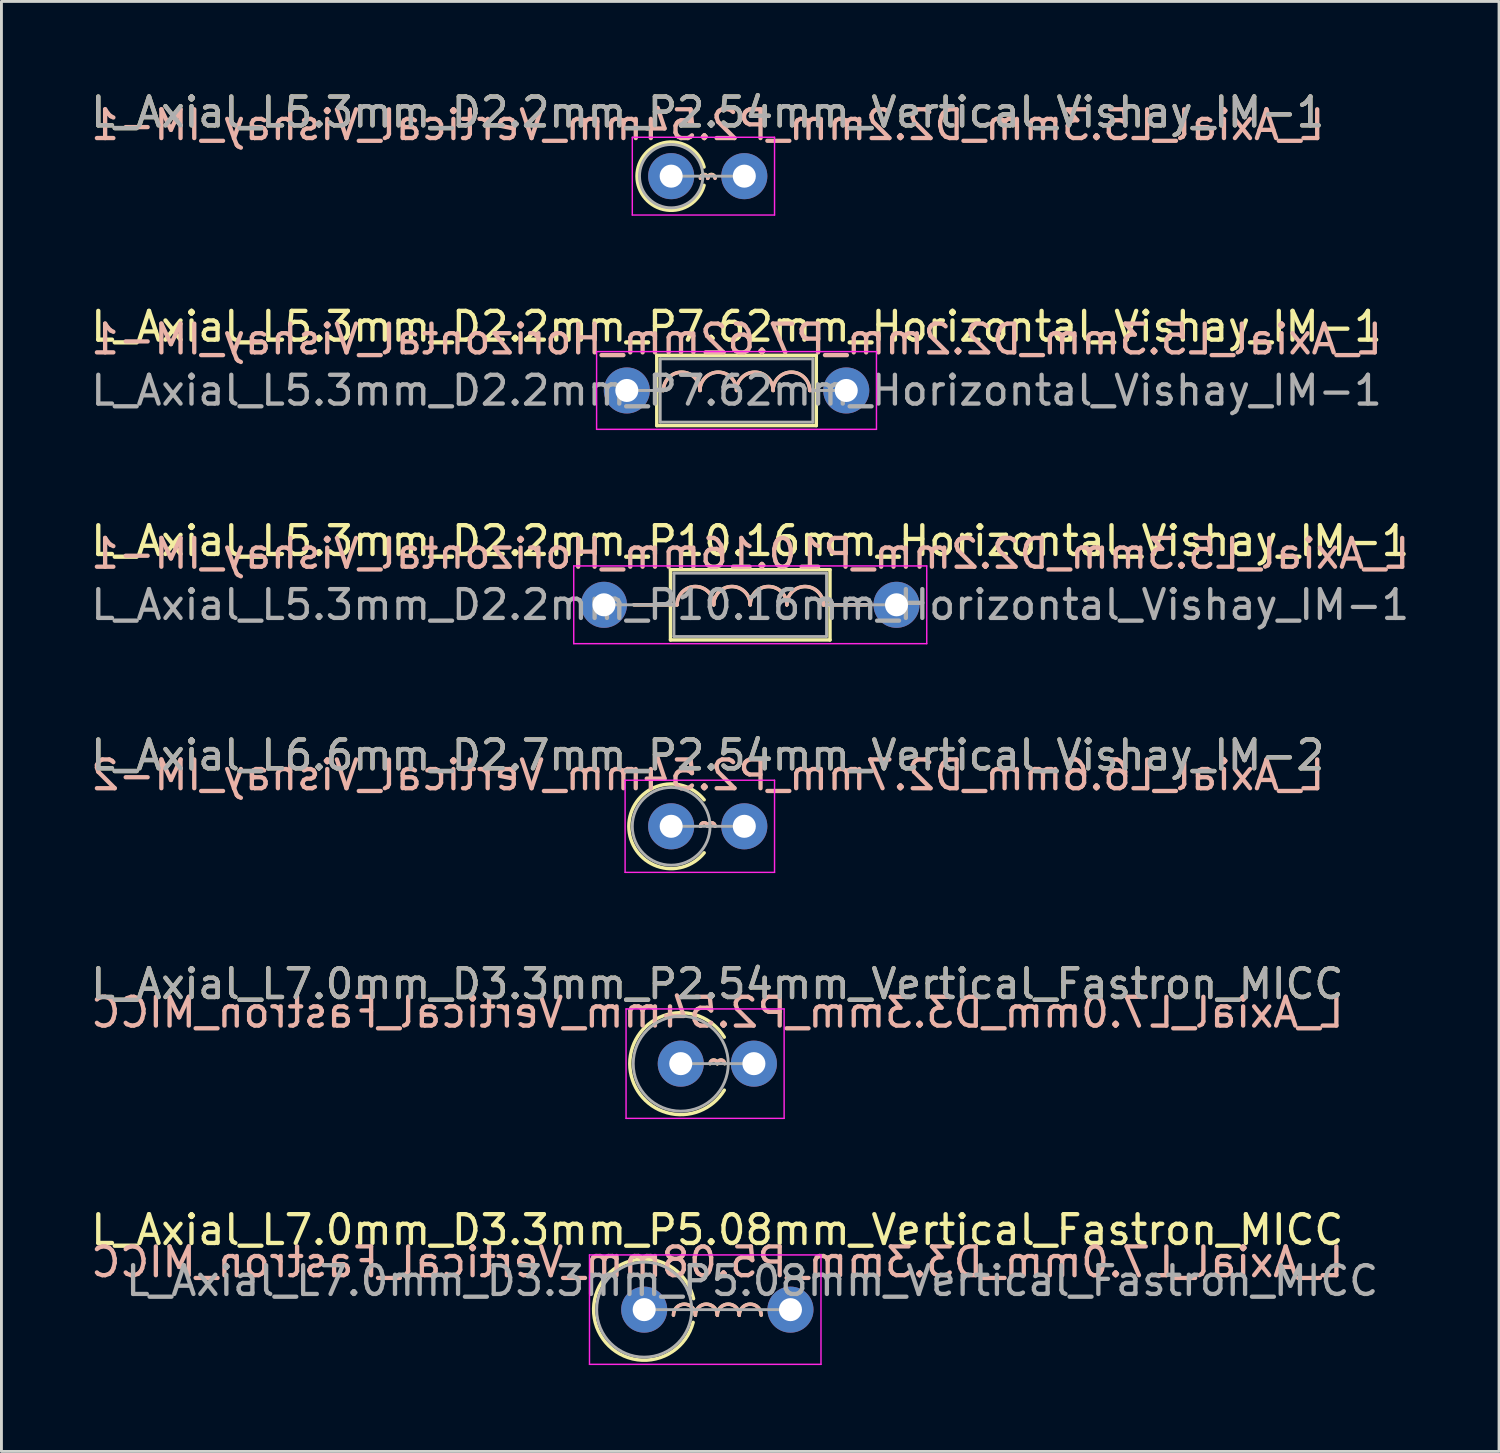
<source format=kicad_pcb>
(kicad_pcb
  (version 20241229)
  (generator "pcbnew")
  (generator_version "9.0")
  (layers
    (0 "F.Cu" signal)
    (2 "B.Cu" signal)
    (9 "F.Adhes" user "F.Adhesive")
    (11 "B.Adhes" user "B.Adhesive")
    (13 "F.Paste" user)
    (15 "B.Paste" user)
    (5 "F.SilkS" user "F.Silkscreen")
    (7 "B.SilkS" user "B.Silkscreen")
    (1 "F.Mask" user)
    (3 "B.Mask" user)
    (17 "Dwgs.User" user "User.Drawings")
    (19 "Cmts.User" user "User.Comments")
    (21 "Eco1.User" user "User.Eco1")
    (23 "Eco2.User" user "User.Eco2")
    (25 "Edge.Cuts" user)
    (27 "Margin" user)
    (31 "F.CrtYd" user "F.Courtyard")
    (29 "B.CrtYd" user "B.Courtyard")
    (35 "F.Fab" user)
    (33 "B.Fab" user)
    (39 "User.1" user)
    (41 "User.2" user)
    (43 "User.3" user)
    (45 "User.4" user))
  (footprint "L_Axial_L5.3mm_D2.2mm_P2.54mm_Vertical_Vishay_IM-1"
    (layer "F.Cu")
    (at 20.26 3.068)
    (property "Reference" "L_Axial_L5.3mm_D2.2mm_P2.54mm_Vertical_Vishay_IM-1" (at 1.27 -2.22 0) (layer "F.SilkS") (effects (font (size 1 1) (thickness 0.15))))
    (fp_arc (start 1.016 0.0635) (mid 1.143 -0.0635) (end 1.27 0.0635) (stroke (width 0.12) (type solid)) (layer "F.SilkS"))
    (fp_arc (start 1.143 0.3175) (mid -1.186278 0) (end 1.143 -0.3175) (stroke (width 0.12) (type solid)) (layer "F.SilkS"))
    (fp_arc (start 1.27 0.0635) (mid 1.397 -0.0635) (end 1.524 0.0635) (stroke (width 0.12) (type solid)) (layer "F.SilkS"))
    (fp_arc (start 1.016 0.0762) (mid 1.143 -0.0508) (end 1.27 0.0762) (stroke (width 0.12) (type solid)) (layer "B.SilkS"))
    (fp_arc (start 1.27 0.0762) (mid 1.397 -0.0508) (end 1.524 0.0762) (stroke (width 0.12) (type solid)) (layer "B.SilkS"))
    (fp_line (start -1.35 -1.35) (end -1.35 1.35) (stroke (width 0.05) (type solid)) (layer "F.CrtYd"))
    (fp_line (start -1.35 1.35) (end 3.59 1.35) (stroke (width 0.05) (type solid)) (layer "F.CrtYd"))
    (fp_line (start 3.59 -1.35) (end -1.35 -1.35) (stroke (width 0.05) (type solid)) (layer "F.CrtYd"))
    (fp_line (start 3.59 1.35) (end 3.59 -1.35) (stroke (width 0.05) (type solid)) (layer "F.CrtYd"))
    (fp_line (start 0 0) (end 2.54 0) (stroke (width 0.1) (type solid)) (layer "F.Fab"))
    (fp_circle (center 0 0) (end 1.1 0) (stroke (width 0.1) (type solid)) (fill no) (layer "F.Fab"))
    (fp_text user "${REFERENCE}" (at 1.27 -1.778 0) (layer "B.SilkS") (effects (font (size 1 1) (thickness 0.15)) (justify mirror)))
    (fp_text user "${REFERENCE}" (at 1.27 -2.22 0) (layer "F.Fab") (effects (font (size 1 1) (thickness 0.15))))
    (pad "1" thru_hole circle (at 0 0) (size 1.6 1.6) (drill 0.8) (layers "*.Cu" "*.Mask"))
    (pad "2" thru_hole oval (at 2.54 0) (size 1.6 1.6) (drill 0.8) (layers "*.Cu" "*.Mask")))
  (footprint "L_Axial_L6.6mm_D2.7mm_P2.54mm_Vertical_Vishay_IM-2"
    (layer "F.Cu")
    (at 20.26 25.648)
    (property "Reference" "L_Axial_L6.6mm_D2.7mm_P2.54mm_Vertical_Vishay_IM-2" (at 1.27 -2.47 0) (layer "F.SilkS") (effects (font (size 1 1) (thickness 0.15))))
    (fp_arc (start 1.016 0) (mid 1.143 -0.127) (end 1.27 0) (stroke (width 0.12) (type solid)) (layer "F.SilkS"))
    (fp_arc (start 1.146516 0.92) (mid -1.47 0) (end 1.146516 -0.92) (stroke (width 0.12) (type solid)) (layer "F.SilkS"))
    (fp_arc (start 1.27 0) (mid 1.397 -0.127) (end 1.524 0) (stroke (width 0.12) (type solid)) (layer "F.SilkS"))
    (fp_arc (start 1.016 0) (mid 1.143 -0.127) (end 1.27 0) (stroke (width 0.12) (type solid)) (layer "B.SilkS"))
    (fp_arc (start 1.27 0) (mid 1.397 -0.127) (end 1.524 0) (stroke (width 0.12) (type solid)) (layer "B.SilkS"))
    (fp_line (start -1.6 -1.6) (end -1.6 1.6) (stroke (width 0.05) (type solid)) (layer "F.CrtYd"))
    (fp_line (start -1.6 1.6) (end 3.59 1.6) (stroke (width 0.05) (type solid)) (layer "F.CrtYd"))
    (fp_line (start 3.59 -1.6) (end -1.6 -1.6) (stroke (width 0.05) (type solid)) (layer "F.CrtYd"))
    (fp_line (start 3.59 1.6) (end 3.59 -1.6) (stroke (width 0.05) (type solid)) (layer "F.CrtYd"))
    (fp_line (start 0 0) (end 2.54 0) (stroke (width 0.1) (type solid)) (layer "F.Fab"))
    (fp_circle (center 0 0) (end 1.35 0) (stroke (width 0.1) (type solid)) (fill no) (layer "F.Fab"))
    (fp_text user "${REFERENCE}" (at 1.27 -1.778 0) (layer "B.SilkS") (effects (font (size 1 1) (thickness 0.15)) (justify mirror)))
    (fp_text user "${REFERENCE}" (at 1.27 -2.47 0) (layer "F.Fab") (effects (font (size 1 1) (thickness 0.15))))
    (pad "1" thru_hole circle (at 0 0) (size 1.6 1.6) (drill 0.8) (layers "*.Cu" "*.Mask"))
    (pad "2" thru_hole oval (at 2.54 0) (size 1.6 1.6) (drill 0.8) (layers "*.Cu" "*.Mask")))
  (footprint "L_Axial_L5.3mm_D2.2mm_P7.62mm_Horizontal_Vishay_IM-1"
    (layer "F.Cu")
    (at 18.72 10.511)
    (property "Reference" "L_Axial_L5.3mm_D2.2mm_P7.62mm_Horizontal_Vishay_IM-1" (at 3.81 -2.22 0) (layer "F.SilkS") (effects (font (size 1 1) (thickness 0.15))))
    (fp_line (start 1.04 -1.22) (end 1.04 1.22) (stroke (width 0.12) (type solid)) (layer "F.SilkS"))
    (fp_line (start 1.04 1.22) (end 6.58 1.22) (stroke (width 0.12) (type solid)) (layer "F.SilkS"))
    (fp_line (start 1.27 0) (end 1.079 0) (stroke (width 0.12) (type solid)) (layer "F.SilkS"))
    (fp_line (start 6.35 0) (end 6.54 0) (stroke (width 0.12) (type solid)) (layer "F.SilkS"))
    (fp_line (start 6.58 -1.22) (end 1.04 -1.22) (stroke (width 0.12) (type solid)) (layer "F.SilkS"))
    (fp_line (start 6.58 1.22) (end 6.58 -1.22) (stroke (width 0.12) (type solid)) (layer "F.SilkS"))
    (fp_arc (start 1.27 0) (mid 1.905 -0.635) (end 2.54 0) (stroke (width 0.12) (type solid)) (layer "F.SilkS"))
    (fp_arc (start 2.54 0) (mid 3.175 -0.635) (end 3.81 0) (stroke (width 0.12) (type solid)) (layer "F.SilkS"))
    (fp_arc (start 3.81 0) (mid 4.445 -0.635) (end 5.08 0) (stroke (width 0.12) (type solid)) (layer "F.SilkS"))
    (fp_arc (start 5.08 0) (mid 5.715 -0.635) (end 6.35 0) (stroke (width 0.12) (type solid)) (layer "F.SilkS"))
    (fp_line (start 1.27 0) (end 1.079 0) (stroke (width 0.12) (type solid)) (layer "B.SilkS"))
    (fp_line (start 6.35 0) (end 6.54 0) (stroke (width 0.12) (type solid)) (layer "B.SilkS"))
    (fp_arc (start 1.27 0) (mid 1.905 -0.635) (end 2.54 0) (stroke (width 0.12) (type solid)) (layer "B.SilkS"))
    (fp_arc (start 2.54 0) (mid 3.175 -0.635) (end 3.81 0) (stroke (width 0.12) (type solid)) (layer "B.SilkS"))
    (fp_arc (start 3.81 0) (mid 4.445 -0.635) (end 5.08 0) (stroke (width 0.12) (type solid)) (layer "B.SilkS"))
    (fp_arc (start 5.08 0) (mid 5.715 -0.635) (end 6.35 0) (stroke (width 0.12) (type solid)) (layer "B.SilkS"))
    (fp_line (start -1.05 -1.35) (end -1.05 1.35) (stroke (width 0.05) (type solid)) (layer "F.CrtYd"))
    (fp_line (start -1.05 1.35) (end 8.67 1.35) (stroke (width 0.05) (type solid)) (layer "F.CrtYd"))
    (fp_line (start 8.67 -1.35) (end -1.05 -1.35) (stroke (width 0.05) (type solid)) (layer "F.CrtYd"))
    (fp_line (start 8.67 1.35) (end 8.67 -1.35) (stroke (width 0.05) (type solid)) (layer "F.CrtYd"))
    (fp_line (start 0 0) (end 1.16 0) (stroke (width 0.1) (type solid)) (layer "F.Fab"))
    (fp_line (start 1.16 -1.1) (end 1.16 1.1) (stroke (width 0.1) (type solid)) (layer "F.Fab"))
    (fp_line (start 1.16 1.1) (end 6.46 1.1) (stroke (width 0.1) (type solid)) (layer "F.Fab"))
    (fp_line (start 6.46 -1.1) (end 1.16 -1.1) (stroke (width 0.1) (type solid)) (layer "F.Fab"))
    (fp_line (start 6.46 1.1) (end 6.46 -1.1) (stroke (width 0.1) (type solid)) (layer "F.Fab"))
    (fp_line (start 7.62 0) (end 6.46 0) (stroke (width 0.1) (type solid)) (layer "F.Fab"))
    (fp_text user "${REFERENCE}" (at 3.81 -1.778 0) (layer "B.SilkS") (effects (font (size 1 1) (thickness 0.15)) (justify mirror)))
    (fp_text user "${REFERENCE}" (at 3.81 0 0) (layer "F.Fab") (effects (font (size 1 1) (thickness 0.15))))
    (pad "1" thru_hole circle (at 0 0) (size 1.6 1.6) (drill 0.8) (layers "*.Cu" "*.Mask"))
    (pad "2" thru_hole oval (at 7.62 0) (size 1.6 1.6) (drill 0.8) (layers "*.Cu" "*.Mask")))
  (footprint "L_Axial_L7.0mm_D3.3mm_P5.08mm_Vertical_Fastron_MICC"
    (layer "F.Cu")
    (at 19.323 42.434)
    (property "Reference" "L_Axial_L7.0mm_D3.3mm_P5.08mm_Vertical_Fastron_MICC" (at 2.54 -2.77 0) (layer "F.SilkS") (effects (font (size 1 1) (thickness 0.15))))
    (fp_arc (start 1.016 0.1905) (mid 1.397 -0.1905) (end 1.778 0.1905) (stroke (width 0.12) (type solid)) (layer "F.SilkS"))
    (fp_arc (start 1.700115 0.440771) (mid -1.756054 -0.030741) (end 1.7145 -0.381) (stroke (width 0.12) (type solid)) (layer "F.SilkS"))
    (fp_arc (start 1.778 0.1905) (mid 2.159 -0.1905) (end 2.54 0.1905) (stroke (width 0.12) (type solid)) (layer "F.SilkS"))
    (fp_arc (start 2.54 0.1905) (mid 2.921 -0.1905) (end 3.302 0.1905) (stroke (width 0.12) (type solid)) (layer "F.SilkS"))
    (fp_arc (start 3.302 0.1905) (mid 3.683 -0.1905) (end 4.064 0.1905) (stroke (width 0.12) (type solid)) (layer "F.SilkS"))
    (fp_arc (start 1.016 0.1905) (mid 1.397 -0.1905) (end 1.778 0.1905) (stroke (width 0.12) (type solid)) (layer "B.SilkS"))
    (fp_arc (start 1.778 0.1905) (mid 2.159 -0.1905) (end 2.54 0.1905) (stroke (width 0.12) (type solid)) (layer "B.SilkS"))
    (fp_arc (start 2.54 0.1905) (mid 2.921 -0.1905) (end 3.302 0.1905) (stroke (width 0.12) (type solid)) (layer "B.SilkS"))
    (fp_arc (start 3.302 0.1905) (mid 3.683 -0.1905) (end 4.064 0.1905) (stroke (width 0.12) (type solid)) (layer "B.SilkS"))
    (fp_line (start -1.9 -1.9) (end -1.9 1.9) (stroke (width 0.05) (type solid)) (layer "F.CrtYd"))
    (fp_line (start -1.9 1.9) (end 6.14 1.9) (stroke (width 0.05) (type solid)) (layer "F.CrtYd"))
    (fp_line (start 6.14 -1.9) (end -1.9 -1.9) (stroke (width 0.05) (type solid)) (layer "F.CrtYd"))
    (fp_line (start 6.14 1.9) (end 6.14 -1.9) (stroke (width 0.05) (type solid)) (layer "F.CrtYd"))
    (fp_line (start 0 0) (end 5.08 0) (stroke (width 0.1) (type solid)) (layer "F.Fab"))
    (fp_circle (center 0 0) (end 1.65 0) (stroke (width 0.1) (type solid)) (fill no) (layer "F.Fab"))
    (fp_text user "${REFERENCE}" (at 2.54 -1.651 0) (layer "B.SilkS") (effects (font (size 1 1) (thickness 0.15)) (justify mirror)))
    (fp_text user "${REFERENCE}" (at 3.75 -1 0) (layer "F.Fab") (effects (font (size 1 1) (thickness 0.15))))
    (pad "1" thru_hole circle (at 0 0) (size 1.6 1.6) (drill 0.8) (layers "*.Cu" "*.Mask"))
    (pad "2" thru_hole oval (at 5.08 0) (size 1.6 1.6) (drill 0.8) (layers "*.Cu" "*.Mask")))
  (footprint "L_Axial_L7.0mm_D3.3mm_P2.54mm_Vertical_Fastron_MICC"
    (layer "F.Cu")
    (at 20.593 33.891)
    (property "Reference" "L_Axial_L7.0mm_D3.3mm_P2.54mm_Vertical_Fastron_MICC" (at 1.27 -2.77 0) (layer "F.SilkS") (effects (font (size 1 1) (thickness 0.15))))
    (fp_arc (start 1.016 0) (mid 1.143 -0.127) (end 1.27 0) (stroke (width 0.12) (type solid)) (layer "F.SilkS"))
    (fp_arc (start 1.27 0) (mid 1.397 -0.127) (end 1.524 0) (stroke (width 0.12) (type solid)) (layer "F.SilkS"))
    (fp_arc (start 1.512118 0.92) (mid -1.77 0) (end 1.512118 -0.92) (stroke (width 0.12) (type solid)) (layer "F.SilkS"))
    (fp_arc (start 1.016 0) (mid 1.143 -0.127) (end 1.27 0) (stroke (width 0.12) (type solid)) (layer "B.SilkS"))
    (fp_arc (start 1.27 0) (mid 1.397 -0.127) (end 1.524 0) (stroke (width 0.12) (type solid)) (layer "B.SilkS"))
    (fp_line (start -1.9 -1.9) (end -1.9 1.9) (stroke (width 0.05) (type solid)) (layer "F.CrtYd"))
    (fp_line (start -1.9 1.9) (end 3.59 1.9) (stroke (width 0.05) (type solid)) (layer "F.CrtYd"))
    (fp_line (start 3.59 -1.9) (end -1.9 -1.9) (stroke (width 0.05) (type solid)) (layer "F.CrtYd"))
    (fp_line (start 3.59 1.9) (end 3.59 -1.9) (stroke (width 0.05) (type solid)) (layer "F.CrtYd"))
    (fp_line (start 0 0) (end 2.54 0) (stroke (width 0.1) (type solid)) (layer "F.Fab"))
    (fp_circle (center 0 0) (end 1.65 0) (stroke (width 0.1) (type solid)) (fill no) (layer "F.Fab"))
    (fp_text user "${REFERENCE}" (at 1.27 -1.778 0) (layer "B.SilkS") (effects (font (size 1 1) (thickness 0.15)) (justify mirror)))
    (fp_text user "${REFERENCE}" (at 1.27 -2.77 0) (layer "F.Fab") (effects (font (size 1 1) (thickness 0.15))))
    (pad "1" thru_hole circle (at 0 0) (size 1.6 1.6) (drill 0.8) (layers "*.Cu" "*.Mask"))
    (pad "2" thru_hole oval (at 2.54 0) (size 1.6 1.6) (drill 0.8) (layers "*.Cu" "*.Mask")))
  (footprint "L_Axial_L5.3mm_D2.2mm_P10.16mm_Horizontal_Vishay_IM-1"
    (layer "F.Cu")
    (at 17.926 17.955)
    (property "Reference" "L_Axial_L5.3mm_D2.2mm_P10.16mm_Horizontal_Vishay_IM-1" (at 5.08 -2.22 0) (layer "F.SilkS") (effects (font (size 1 1) (thickness 0.15))))
    (fp_line (start 1.04 0) (end 2.31 0) (stroke (width 0.12) (type solid)) (layer "F.SilkS"))
    (fp_line (start 2.31 -1.22) (end 2.31 1.22) (stroke (width 0.12) (type solid)) (layer "F.SilkS"))
    (fp_line (start 2.31 1.22) (end 7.85 1.22) (stroke (width 0.12) (type solid)) (layer "F.SilkS"))
    (fp_line (start 2.54 0) (end 2.349 0) (stroke (width 0.12) (type solid)) (layer "F.SilkS"))
    (fp_line (start 7.62 0) (end 7.811 0) (stroke (width 0.12) (type solid)) (layer "F.SilkS"))
    (fp_line (start 7.85 -1.22) (end 2.31 -1.22) (stroke (width 0.12) (type solid)) (layer "F.SilkS"))
    (fp_line (start 7.85 1.22) (end 7.85 -1.22) (stroke (width 0.12) (type solid)) (layer "F.SilkS"))
    (fp_line (start 9.12 0) (end 7.85 0) (stroke (width 0.12) (type solid)) (layer "F.SilkS"))
    (fp_arc (start 2.54 0) (mid 3.175 -0.635) (end 3.81 0) (stroke (width 0.12) (type solid)) (layer "F.SilkS"))
    (fp_arc (start 3.81 0) (mid 4.445 -0.635) (end 5.08 0) (stroke (width 0.12) (type solid)) (layer "F.SilkS"))
    (fp_arc (start 5.08 0) (mid 5.715 -0.635) (end 6.35 0) (stroke (width 0.12) (type solid)) (layer "F.SilkS"))
    (fp_arc (start 6.35 0) (mid 6.985 -0.635) (end 7.62 0) (stroke (width 0.12) (type solid)) (layer "F.SilkS"))
    (fp_line (start 1.04 0) (end 2.31 0) (stroke (width 0.12) (type solid)) (layer "B.SilkS"))
    (fp_line (start 2.54 0) (end 2.349 0) (stroke (width 0.12) (type solid)) (layer "B.SilkS"))
    (fp_line (start 7.62 0) (end 7.811 0) (stroke (width 0.12) (type solid)) (layer "B.SilkS"))
    (fp_line (start 9.12 0) (end 7.85 0) (stroke (width 0.12) (type solid)) (layer "B.SilkS"))
    (fp_arc (start 2.54 0) (mid 3.175 -0.635) (end 3.81 0) (stroke (width 0.12) (type solid)) (layer "B.SilkS"))
    (fp_arc (start 3.81 0) (mid 4.445 -0.635) (end 5.08 0) (stroke (width 0.12) (type solid)) (layer "B.SilkS"))
    (fp_arc (start 5.08 0) (mid 5.715 -0.635) (end 6.35 0) (stroke (width 0.12) (type solid)) (layer "B.SilkS"))
    (fp_arc (start 6.35 0) (mid 6.985 -0.635) (end 7.62 0) (stroke (width 0.12) (type solid)) (layer "B.SilkS"))
    (fp_line (start -1.05 -1.35) (end -1.05 1.35) (stroke (width 0.05) (type solid)) (layer "F.CrtYd"))
    (fp_line (start -1.05 1.35) (end 11.21 1.35) (stroke (width 0.05) (type solid)) (layer "F.CrtYd"))
    (fp_line (start 11.21 -1.35) (end -1.05 -1.35) (stroke (width 0.05) (type solid)) (layer "F.CrtYd"))
    (fp_line (start 11.21 1.35) (end 11.21 -1.35) (stroke (width 0.05) (type solid)) (layer "F.CrtYd"))
    (fp_line (start 0 0) (end 2.43 0) (stroke (width 0.1) (type solid)) (layer "F.Fab"))
    (fp_line (start 2.43 -1.1) (end 2.43 1.1) (stroke (width 0.1) (type solid)) (layer "F.Fab"))
    (fp_line (start 2.43 1.1) (end 7.73 1.1) (stroke (width 0.1) (type solid)) (layer "F.Fab"))
    (fp_line (start 7.73 -1.1) (end 2.43 -1.1) (stroke (width 0.1) (type solid)) (layer "F.Fab"))
    (fp_line (start 7.73 1.1) (end 7.73 -1.1) (stroke (width 0.1) (type solid)) (layer "F.Fab"))
    (fp_line (start 10.16 0) (end 7.73 0) (stroke (width 0.1) (type solid)) (layer "F.Fab"))
    (fp_text user "${REFERENCE}" (at 5.08 -1.778 0) (layer "B.SilkS") (effects (font (size 1 1) (thickness 0.15)) (justify mirror)))
    (fp_text user "${REFERENCE}" (at 5.08 0 0) (layer "F.Fab") (effects (font (size 1 1) (thickness 0.15))))
    (pad "1" thru_hole circle (at 0 0) (size 1.6 1.6) (drill 0.8) (layers "*.Cu" "*.Mask"))
    (pad "2" thru_hole oval (at 10.16 0) (size 1.6 1.6) (drill 0.8) (layers "*.Cu" "*.Mask")))
  (gr_rect
    (start -3 -3)
    (end 49.012 47.359)
    (stroke (width 0.1) (type default))
    (fill no)
    (layer "Edge.Cuts")))
</source>
